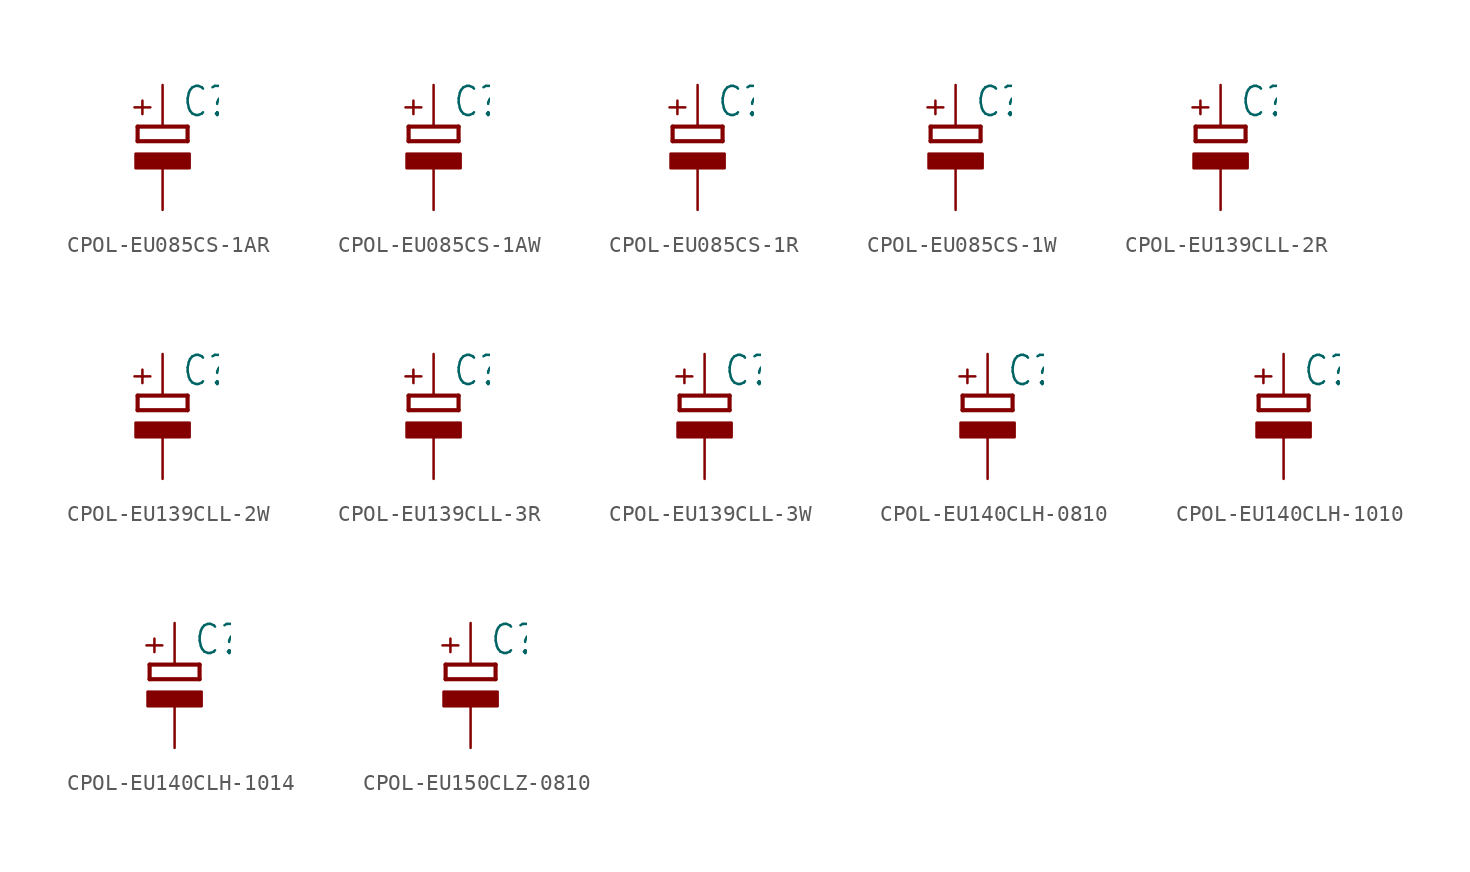
<source format=kicad_sym>
(kicad_symbol_lib
  (version 20241209)
  (generator "kicad_symbol_editor")
  (generator_version "9.0")
  (symbol "CPOL-EU085CS-1AR"
    (property "Reference" "C"
      (at 1.143 0.483 0)
      (effects (font (size 1.778 1.511)) (justify left bottom)))
    (property "Value" ""
      (at 1.143 -4.597 0)
      (effects (font (size 1.778 1.511)) (justify left bottom)))
    (property "ki_locked" ""
      (at 0 0 0)
      (effects (font (size 1.27 1.27))))
    (symbol "CPOL-EU085CS-1AR_1_0"
      (rectangle (start -1.651 -2.54) (end 1.651 -1.651) (stroke (width 0) (type default)) (fill (type outline)))
      (polyline (pts (xy -1.524 0) (xy -1.524 -0.889)) (stroke (width 0.254) (type solid)) (fill (type none)))
      (polyline (pts (xy -1.524 0) (xy 1.524 0)) (stroke (width 0.254) (type solid)) (fill (type none)))
      (polyline (pts (xy -1.524 -0.889) (xy 1.524 -0.889)) (stroke (width 0.254) (type solid)) (fill (type none)))
      (polyline (pts (xy 1.524 -0.889) (xy 1.524 0)) (stroke (width 0.254) (type solid)) (fill (type none)))
      (text "+" (at -0.584 0.406 900) (effects (font (size 1.27 1.079)) (justify left bottom)))
      (pin passive line (at 0 2.54 270) (length 2.54) (name "+" (effects (font (size 0 0)))) (number "+" (effects (font (size 0 0)))))
      (pin passive line (at 0 -5.08 90) (length 2.54) (name "-" (effects (font (size 0 0)))) (number "-" (effects (font (size 0 0)))))))
  (symbol "CPOL-EU085CS-1AW"
    (property "Reference" "C"
      (at 1.143 0.483 0)
      (effects (font (size 1.778 1.511)) (justify left bottom)))
    (property "Value" ""
      (at 1.143 -4.597 0)
      (effects (font (size 1.778 1.511)) (justify left bottom)))
    (property "ki_locked" ""
      (at 0 0 0)
      (effects (font (size 1.27 1.27))))
    (symbol "CPOL-EU085CS-1AW_1_0"
      (rectangle (start -1.651 -2.54) (end 1.651 -1.651) (stroke (width 0) (type default)) (fill (type outline)))
      (polyline (pts (xy -1.524 0) (xy -1.524 -0.889)) (stroke (width 0.254) (type solid)) (fill (type none)))
      (polyline (pts (xy -1.524 0) (xy 1.524 0)) (stroke (width 0.254) (type solid)) (fill (type none)))
      (polyline (pts (xy -1.524 -0.889) (xy 1.524 -0.889)) (stroke (width 0.254) (type solid)) (fill (type none)))
      (polyline (pts (xy 1.524 -0.889) (xy 1.524 0)) (stroke (width 0.254) (type solid)) (fill (type none)))
      (text "+" (at -0.584 0.406 900) (effects (font (size 1.27 1.079)) (justify left bottom)))
      (pin passive line (at 0 2.54 270) (length 2.54) (name "+" (effects (font (size 0 0)))) (number "+" (effects (font (size 0 0)))))
      (pin passive line (at 0 -5.08 90) (length 2.54) (name "-" (effects (font (size 0 0)))) (number "-" (effects (font (size 0 0)))))))
  (symbol "CPOL-EU085CS-1R"
    (property "Reference" "C"
      (at 1.143 0.483 0)
      (effects (font (size 1.778 1.511)) (justify left bottom)))
    (property "Value" ""
      (at 1.143 -4.597 0)
      (effects (font (size 1.778 1.511)) (justify left bottom)))
    (property "ki_locked" ""
      (at 0 0 0)
      (effects (font (size 1.27 1.27))))
    (symbol "CPOL-EU085CS-1R_1_0"
      (rectangle (start -1.651 -2.54) (end 1.651 -1.651) (stroke (width 0) (type default)) (fill (type outline)))
      (polyline (pts (xy -1.524 0) (xy -1.524 -0.889)) (stroke (width 0.254) (type solid)) (fill (type none)))
      (polyline (pts (xy -1.524 0) (xy 1.524 0)) (stroke (width 0.254) (type solid)) (fill (type none)))
      (polyline (pts (xy -1.524 -0.889) (xy 1.524 -0.889)) (stroke (width 0.254) (type solid)) (fill (type none)))
      (polyline (pts (xy 1.524 -0.889) (xy 1.524 0)) (stroke (width 0.254) (type solid)) (fill (type none)))
      (text "+" (at -0.584 0.406 900) (effects (font (size 1.27 1.079)) (justify left bottom)))
      (pin passive line (at 0 2.54 270) (length 2.54) (name "+" (effects (font (size 0 0)))) (number "+" (effects (font (size 0 0)))))
      (pin passive line (at 0 -5.08 90) (length 2.54) (name "-" (effects (font (size 0 0)))) (number "-" (effects (font (size 0 0)))))))
  (symbol "CPOL-EU085CS-1W"
    (property "Reference" "C"
      (at 1.143 0.483 0)
      (effects (font (size 1.778 1.511)) (justify left bottom)))
    (property "Value" ""
      (at 1.143 -4.597 0)
      (effects (font (size 1.778 1.511)) (justify left bottom)))
    (property "ki_locked" ""
      (at 0 0 0)
      (effects (font (size 1.27 1.27))))
    (symbol "CPOL-EU085CS-1W_1_0"
      (rectangle (start -1.651 -2.54) (end 1.651 -1.651) (stroke (width 0) (type default)) (fill (type outline)))
      (polyline (pts (xy -1.524 0) (xy -1.524 -0.889)) (stroke (width 0.254) (type solid)) (fill (type none)))
      (polyline (pts (xy -1.524 0) (xy 1.524 0)) (stroke (width 0.254) (type solid)) (fill (type none)))
      (polyline (pts (xy -1.524 -0.889) (xy 1.524 -0.889)) (stroke (width 0.254) (type solid)) (fill (type none)))
      (polyline (pts (xy 1.524 -0.889) (xy 1.524 0)) (stroke (width 0.254) (type solid)) (fill (type none)))
      (text "+" (at -0.584 0.406 900) (effects (font (size 1.27 1.079)) (justify left bottom)))
      (pin passive line (at 0 2.54 270) (length 2.54) (name "+" (effects (font (size 0 0)))) (number "+" (effects (font (size 0 0)))))
      (pin passive line (at 0 -5.08 90) (length 2.54) (name "-" (effects (font (size 0 0)))) (number "-" (effects (font (size 0 0)))))))
  (symbol "CPOL-EU139CLL-2R"
    (property "Reference" "C"
      (at 1.143 0.483 0)
      (effects (font (size 1.778 1.511)) (justify left bottom)))
    (property "Value" ""
      (at 1.143 -4.597 0)
      (effects (font (size 1.778 1.511)) (justify left bottom)))
    (property "ki_locked" ""
      (at 0 0 0)
      (effects (font (size 1.27 1.27))))
    (symbol "CPOL-EU139CLL-2R_1_0"
      (rectangle (start -1.651 -2.54) (end 1.651 -1.651) (stroke (width 0) (type default)) (fill (type outline)))
      (polyline (pts (xy -1.524 0) (xy -1.524 -0.889)) (stroke (width 0.254) (type solid)) (fill (type none)))
      (polyline (pts (xy -1.524 0) (xy 1.524 0)) (stroke (width 0.254) (type solid)) (fill (type none)))
      (polyline (pts (xy -1.524 -0.889) (xy 1.524 -0.889)) (stroke (width 0.254) (type solid)) (fill (type none)))
      (polyline (pts (xy 1.524 -0.889) (xy 1.524 0)) (stroke (width 0.254) (type solid)) (fill (type none)))
      (text "+" (at -0.584 0.406 900) (effects (font (size 1.27 1.079)) (justify left bottom)))
      (pin passive line (at 0 2.54 270) (length 2.54) (name "+" (effects (font (size 0 0)))) (number "+" (effects (font (size 0 0)))))
      (pin passive line (at 0 -5.08 90) (length 2.54) (name "-" (effects (font (size 0 0)))) (number "-" (effects (font (size 0 0)))))))
  (symbol "CPOL-EU139CLL-2W"
    (property "Reference" "C"
      (at 1.143 0.483 0)
      (effects (font (size 1.778 1.511)) (justify left bottom)))
    (property "Value" ""
      (at 1.143 -4.597 0)
      (effects (font (size 1.778 1.511)) (justify left bottom)))
    (property "ki_locked" ""
      (at 0 0 0)
      (effects (font (size 1.27 1.27))))
    (symbol "CPOL-EU139CLL-2W_1_0"
      (rectangle (start -1.651 -2.54) (end 1.651 -1.651) (stroke (width 0) (type default)) (fill (type outline)))
      (polyline (pts (xy -1.524 0) (xy -1.524 -0.889)) (stroke (width 0.254) (type solid)) (fill (type none)))
      (polyline (pts (xy -1.524 0) (xy 1.524 0)) (stroke (width 0.254) (type solid)) (fill (type none)))
      (polyline (pts (xy -1.524 -0.889) (xy 1.524 -0.889)) (stroke (width 0.254) (type solid)) (fill (type none)))
      (polyline (pts (xy 1.524 -0.889) (xy 1.524 0)) (stroke (width 0.254) (type solid)) (fill (type none)))
      (text "+" (at -0.584 0.406 900) (effects (font (size 1.27 1.079)) (justify left bottom)))
      (pin passive line (at 0 2.54 270) (length 2.54) (name "+" (effects (font (size 0 0)))) (number "+" (effects (font (size 0 0)))))
      (pin passive line (at 0 -5.08 90) (length 2.54) (name "-" (effects (font (size 0 0)))) (number "-" (effects (font (size 0 0)))))))
  (symbol "CPOL-EU139CLL-3R"
    (property "Reference" "C"
      (at 1.143 0.483 0)
      (effects (font (size 1.778 1.511)) (justify left bottom)))
    (property "Value" ""
      (at 1.143 -4.597 0)
      (effects (font (size 1.778 1.511)) (justify left bottom)))
    (property "ki_locked" ""
      (at 0 0 0)
      (effects (font (size 1.27 1.27))))
    (symbol "CPOL-EU139CLL-3R_1_0"
      (rectangle (start -1.651 -2.54) (end 1.651 -1.651) (stroke (width 0) (type default)) (fill (type outline)))
      (polyline (pts (xy -1.524 0) (xy -1.524 -0.889)) (stroke (width 0.254) (type solid)) (fill (type none)))
      (polyline (pts (xy -1.524 0) (xy 1.524 0)) (stroke (width 0.254) (type solid)) (fill (type none)))
      (polyline (pts (xy -1.524 -0.889) (xy 1.524 -0.889)) (stroke (width 0.254) (type solid)) (fill (type none)))
      (polyline (pts (xy 1.524 -0.889) (xy 1.524 0)) (stroke (width 0.254) (type solid)) (fill (type none)))
      (text "+" (at -0.584 0.406 900) (effects (font (size 1.27 1.079)) (justify left bottom)))
      (pin passive line (at 0 2.54 270) (length 2.54) (name "+" (effects (font (size 0 0)))) (number "+" (effects (font (size 0 0)))))
      (pin passive line (at 0 -5.08 90) (length 2.54) (name "-" (effects (font (size 0 0)))) (number "-" (effects (font (size 0 0)))))))
  (symbol "CPOL-EU139CLL-3W"
    (property "Reference" "C"
      (at 1.143 0.483 0)
      (effects (font (size 1.778 1.511)) (justify left bottom)))
    (property "Value" ""
      (at 1.143 -4.597 0)
      (effects (font (size 1.778 1.511)) (justify left bottom)))
    (property "ki_locked" ""
      (at 0 0 0)
      (effects (font (size 1.27 1.27))))
    (symbol "CPOL-EU139CLL-3W_1_0"
      (rectangle (start -1.651 -2.54) (end 1.651 -1.651) (stroke (width 0) (type default)) (fill (type outline)))
      (polyline (pts (xy -1.524 0) (xy -1.524 -0.889)) (stroke (width 0.254) (type solid)) (fill (type none)))
      (polyline (pts (xy -1.524 0) (xy 1.524 0)) (stroke (width 0.254) (type solid)) (fill (type none)))
      (polyline (pts (xy -1.524 -0.889) (xy 1.524 -0.889)) (stroke (width 0.254) (type solid)) (fill (type none)))
      (polyline (pts (xy 1.524 -0.889) (xy 1.524 0)) (stroke (width 0.254) (type solid)) (fill (type none)))
      (text "+" (at -0.584 0.406 900) (effects (font (size 1.27 1.079)) (justify left bottom)))
      (pin passive line (at 0 2.54 270) (length 2.54) (name "+" (effects (font (size 0 0)))) (number "+" (effects (font (size 0 0)))))
      (pin passive line (at 0 -5.08 90) (length 2.54) (name "-" (effects (font (size 0 0)))) (number "-" (effects (font (size 0 0)))))))
  (symbol "CPOL-EU140CLH-0810"
    (property "Reference" "C"
      (at 1.143 0.483 0)
      (effects (font (size 1.778 1.511)) (justify left bottom)))
    (property "Value" ""
      (at 1.143 -4.597 0)
      (effects (font (size 1.778 1.511)) (justify left bottom)))
    (property "ki_locked" ""
      (at 0 0 0)
      (effects (font (size 1.27 1.27))))
    (symbol "CPOL-EU140CLH-0810_1_0"
      (rectangle (start -1.651 -2.54) (end 1.651 -1.651) (stroke (width 0) (type default)) (fill (type outline)))
      (polyline (pts (xy -1.524 0) (xy -1.524 -0.889)) (stroke (width 0.254) (type solid)) (fill (type none)))
      (polyline (pts (xy -1.524 0) (xy 1.524 0)) (stroke (width 0.254) (type solid)) (fill (type none)))
      (polyline (pts (xy -1.524 -0.889) (xy 1.524 -0.889)) (stroke (width 0.254) (type solid)) (fill (type none)))
      (polyline (pts (xy 1.524 -0.889) (xy 1.524 0)) (stroke (width 0.254) (type solid)) (fill (type none)))
      (text "+" (at -0.584 0.406 900) (effects (font (size 1.27 1.079)) (justify left bottom)))
      (pin passive line (at 0 2.54 270) (length 2.54) (name "+" (effects (font (size 0 0)))) (number "+" (effects (font (size 0 0)))))
      (pin passive line (at 0 -5.08 90) (length 2.54) (name "-" (effects (font (size 0 0)))) (number "-" (effects (font (size 0 0)))))))
  (symbol "CPOL-EU140CLH-1010"
    (property "Reference" "C"
      (at 1.143 0.483 0)
      (effects (font (size 1.778 1.511)) (justify left bottom)))
    (property "Value" ""
      (at 1.143 -4.597 0)
      (effects (font (size 1.778 1.511)) (justify left bottom)))
    (property "ki_locked" ""
      (at 0 0 0)
      (effects (font (size 1.27 1.27))))
    (symbol "CPOL-EU140CLH-1010_1_0"
      (rectangle (start -1.651 -2.54) (end 1.651 -1.651) (stroke (width 0) (type default)) (fill (type outline)))
      (polyline (pts (xy -1.524 0) (xy -1.524 -0.889)) (stroke (width 0.254) (type solid)) (fill (type none)))
      (polyline (pts (xy -1.524 0) (xy 1.524 0)) (stroke (width 0.254) (type solid)) (fill (type none)))
      (polyline (pts (xy -1.524 -0.889) (xy 1.524 -0.889)) (stroke (width 0.254) (type solid)) (fill (type none)))
      (polyline (pts (xy 1.524 -0.889) (xy 1.524 0)) (stroke (width 0.254) (type solid)) (fill (type none)))
      (text "+" (at -0.584 0.406 900) (effects (font (size 1.27 1.079)) (justify left bottom)))
      (pin passive line (at 0 2.54 270) (length 2.54) (name "+" (effects (font (size 0 0)))) (number "+" (effects (font (size 0 0)))))
      (pin passive line (at 0 -5.08 90) (length 2.54) (name "-" (effects (font (size 0 0)))) (number "-" (effects (font (size 0 0)))))))
  (symbol "CPOL-EU140CLH-1014"
    (property "Reference" "C"
      (at 1.143 0.483 0)
      (effects (font (size 1.778 1.511)) (justify left bottom)))
    (property "Value" ""
      (at 1.143 -4.597 0)
      (effects (font (size 1.778 1.511)) (justify left bottom)))
    (property "ki_locked" ""
      (at 0 0 0)
      (effects (font (size 1.27 1.27))))
    (symbol "CPOL-EU140CLH-1014_1_0"
      (rectangle (start -1.651 -2.54) (end 1.651 -1.651) (stroke (width 0) (type default)) (fill (type outline)))
      (polyline (pts (xy -1.524 0) (xy -1.524 -0.889)) (stroke (width 0.254) (type solid)) (fill (type none)))
      (polyline (pts (xy -1.524 0) (xy 1.524 0)) (stroke (width 0.254) (type solid)) (fill (type none)))
      (polyline (pts (xy -1.524 -0.889) (xy 1.524 -0.889)) (stroke (width 0.254) (type solid)) (fill (type none)))
      (polyline (pts (xy 1.524 -0.889) (xy 1.524 0)) (stroke (width 0.254) (type solid)) (fill (type none)))
      (text "+" (at -0.584 0.406 900) (effects (font (size 1.27 1.079)) (justify left bottom)))
      (pin passive line (at 0 2.54 270) (length 2.54) (name "+" (effects (font (size 0 0)))) (number "+" (effects (font (size 0 0)))))
      (pin passive line (at 0 -5.08 90) (length 2.54) (name "-" (effects (font (size 0 0)))) (number "-" (effects (font (size 0 0)))))))
  (symbol "CPOL-EU150CLZ-0810"
    (property "Reference" "C"
      (at 1.143 0.483 0)
      (effects (font (size 1.778 1.511)) (justify left bottom)))
    (property "Value" ""
      (at 1.143 -4.597 0)
      (effects (font (size 1.778 1.511)) (justify left bottom)))
    (property "ki_locked" ""
      (at 0 0 0)
      (effects (font (size 1.27 1.27))))
    (symbol "CPOL-EU150CLZ-0810_1_0"
      (rectangle (start -1.651 -2.54) (end 1.651 -1.651) (stroke (width 0) (type default)) (fill (type outline)))
      (polyline (pts (xy -1.524 0) (xy -1.524 -0.889)) (stroke (width 0.254) (type solid)) (fill (type none)))
      (polyline (pts (xy -1.524 0) (xy 1.524 0)) (stroke (width 0.254) (type solid)) (fill (type none)))
      (polyline (pts (xy -1.524 -0.889) (xy 1.524 -0.889)) (stroke (width 0.254) (type solid)) (fill (type none)))
      (polyline (pts (xy 1.524 -0.889) (xy 1.524 0)) (stroke (width 0.254) (type solid)) (fill (type none)))
      (text "+" (at -0.584 0.406 900) (effects (font (size 1.27 1.079)) (justify left bottom)))
      (pin passive line (at 0 2.54 270) (length 2.54) (name "+" (effects (font (size 0 0)))) (number "+" (effects (font (size 0 0)))))
      (pin passive line (at 0 -5.08 90) (length 2.54) (name "-" (effects (font (size 0 0)))) (number "-" (effects (font (size 0 0))))))))
</source>
